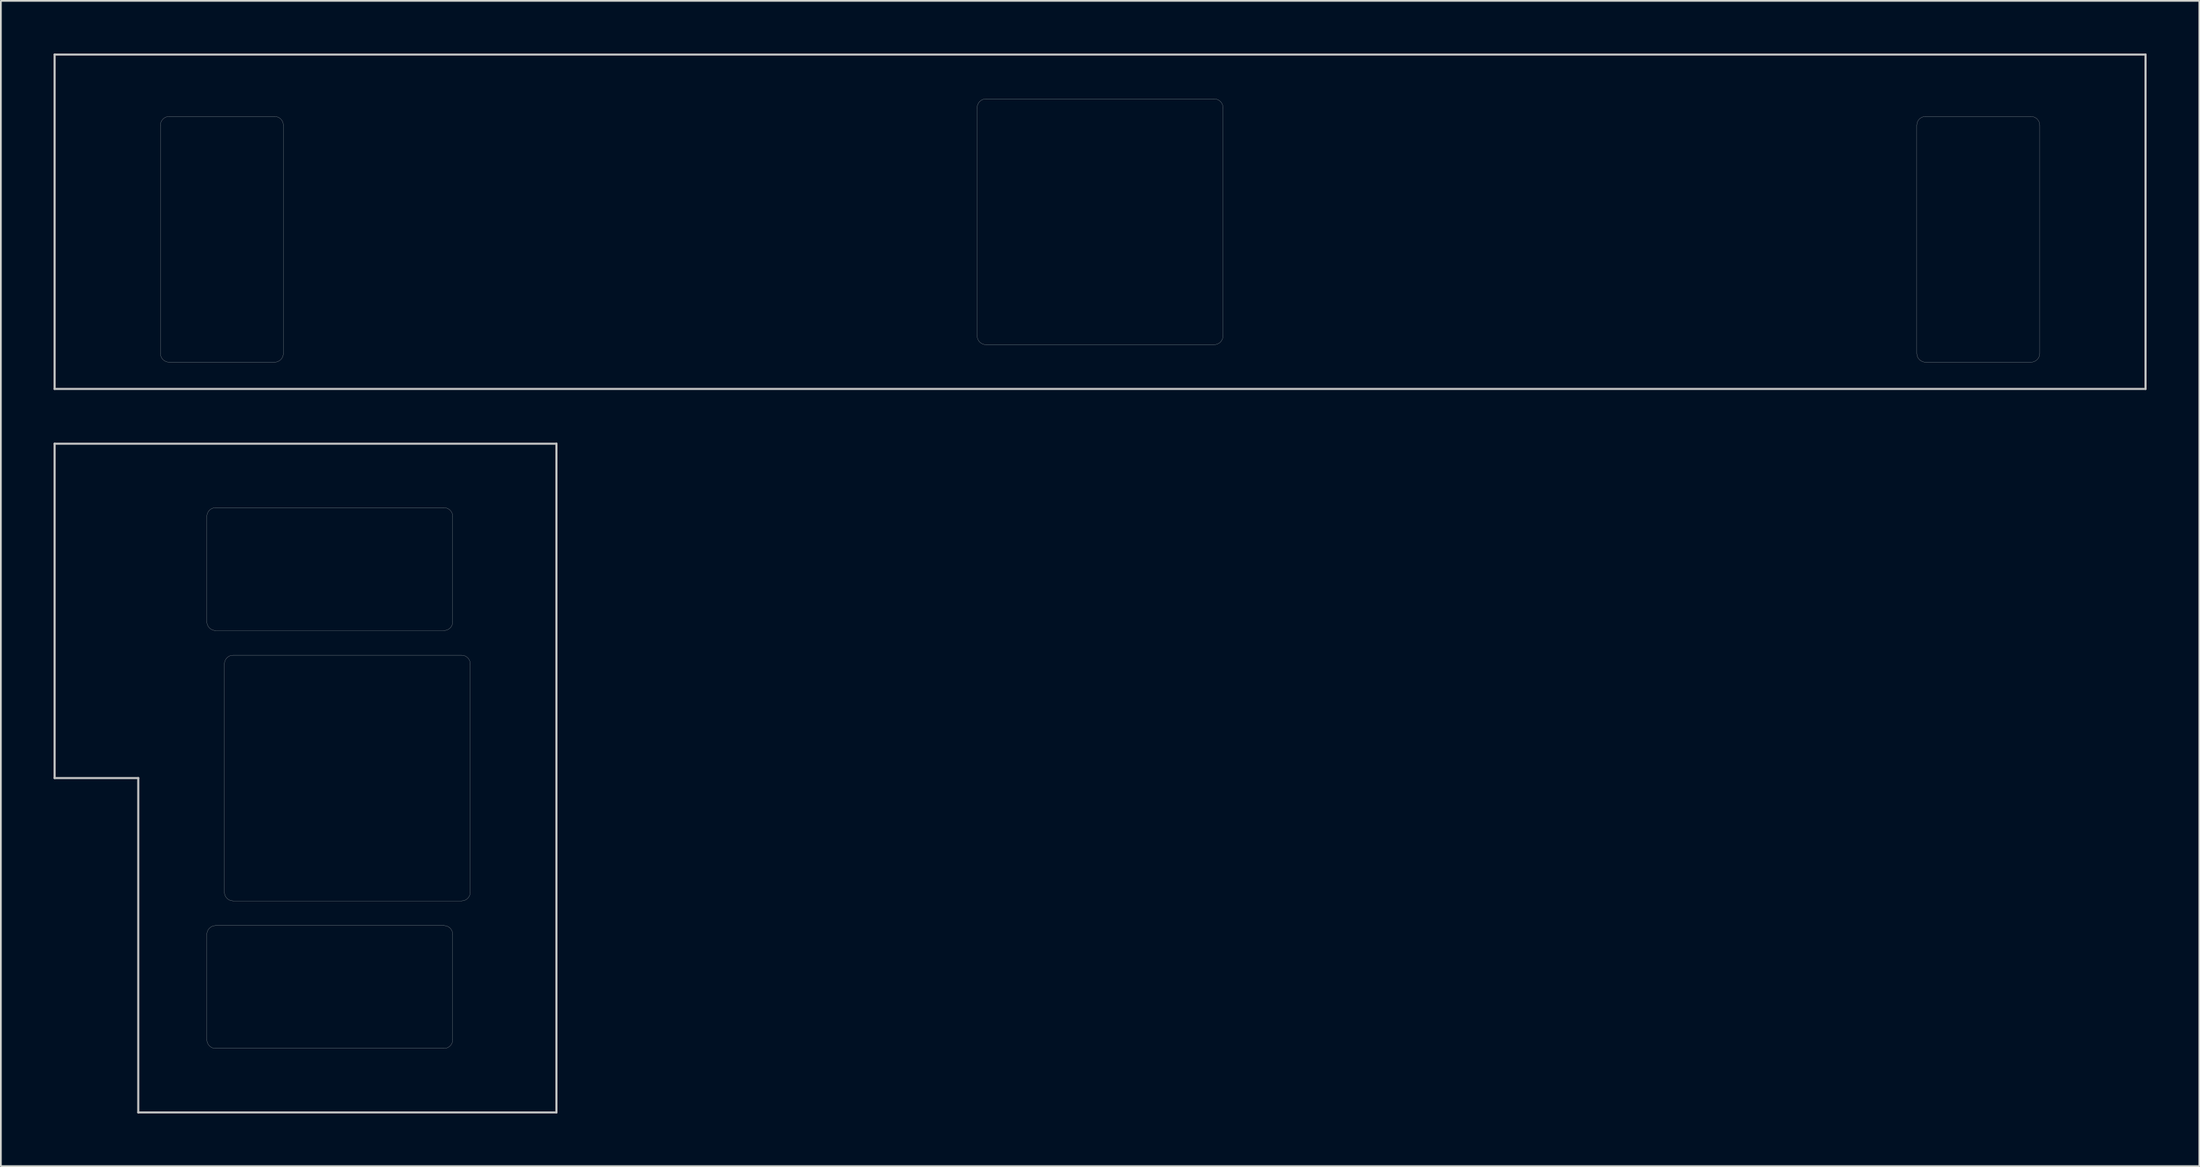
<source format=kicad_pcb>
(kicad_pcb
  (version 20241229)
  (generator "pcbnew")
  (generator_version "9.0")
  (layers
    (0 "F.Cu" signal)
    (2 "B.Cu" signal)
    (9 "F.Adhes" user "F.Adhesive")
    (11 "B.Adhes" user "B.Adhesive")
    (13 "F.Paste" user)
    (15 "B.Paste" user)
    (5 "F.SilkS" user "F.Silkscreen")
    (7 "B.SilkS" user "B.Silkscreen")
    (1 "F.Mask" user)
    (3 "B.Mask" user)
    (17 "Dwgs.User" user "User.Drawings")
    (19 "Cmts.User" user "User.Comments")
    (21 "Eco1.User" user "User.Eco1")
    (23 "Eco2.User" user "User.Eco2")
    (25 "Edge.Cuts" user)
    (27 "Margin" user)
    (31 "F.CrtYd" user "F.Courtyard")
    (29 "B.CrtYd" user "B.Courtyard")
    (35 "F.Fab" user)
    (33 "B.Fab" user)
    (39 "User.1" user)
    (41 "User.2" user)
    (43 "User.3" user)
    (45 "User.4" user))
  (footprint "MX_ISO_Enter"
    (layer "F.Cu")
    (at 16.729 41.28)
    (property "Reference" "MX_ISO_Enter" (at -2.381 0 270) (layer "Eco1.User") (effects (font (size 1 1) (thickness 0.15))))
    (attr through_hole)
    (fp_line (start -16.669 -19.05) (end 11.906 -19.05) (stroke (width 0.12) (type solid)) (layer "Dwgs.User"))
    (fp_line (start -16.669 0) (end -16.669 -19.05) (stroke (width 0.12) (type solid)) (layer "Dwgs.User"))
    (fp_line (start -11.906 0) (end -16.669 0) (stroke (width 0.12) (type solid)) (layer "Dwgs.User"))
    (fp_line (start -11.906 19.05) (end -11.906 0) (stroke (width 0.12) (type solid)) (layer "Dwgs.User"))
    (fp_line (start 11.906 -19.05) (end 11.906 19.05) (stroke (width 0.12) (type solid)) (layer "Dwgs.User"))
    (fp_line (start 11.906 19.05) (end -11.906 19.05) (stroke (width 0.12) (type solid)) (layer "Dwgs.User"))
    (fp_line (start 0 0) (end -0.5 0) (stroke (width 0.12) (type solid)) (layer "Eco1.User"))
    (fp_line (start 0 0) (end 0 -0.5) (stroke (width 0.12) (type solid)) (layer "Eco1.User"))
    (fp_line (start 0 0) (end 0 0.5) (stroke (width 0.12) (type solid)) (layer "Eco1.User"))
    (fp_line (start 0 0) (end 0.5 0) (stroke (width 0.12) (type solid)) (layer "Eco1.User"))
    (fp_line (start -8 -14.906) (end -8 -8.906) (stroke (width 0.01) (type solid)) (layer "Edge.Cuts"))
    (fp_line (start -8 8.906) (end -8 14.906) (stroke (width 0.01) (type solid)) (layer "Edge.Cuts"))
    (fp_line (start -7 -6.5) (end -7 6.5) (stroke (width 0.01) (type solid)) (layer "Edge.Cuts"))
    (fp_line (start 5.5 -15.406) (end -7.5 -15.406) (stroke (width 0.01) (type solid)) (layer "Edge.Cuts"))
    (fp_line (start 5.5 -8.406) (end -7.5 -8.406) (stroke (width 0.01) (type solid)) (layer "Edge.Cuts"))
    (fp_line (start 5.5 8.406) (end -7.5 8.406) (stroke (width 0.01) (type solid)) (layer "Edge.Cuts"))
    (fp_line (start 5.5 15.406) (end -7.5 15.406) (stroke (width 0.01) (type solid)) (layer "Edge.Cuts"))
    (fp_line (start 6 8.906) (end 6 14.906) (stroke (width 0.01) (type solid)) (layer "Edge.Cuts"))
    (fp_line (start 6 -14.906) (end 6 -8.906) (stroke (width 0.01) (type solid)) (layer "Edge.Cuts"))
    (fp_line (start 6.5 7) (end -6.5 7) (stroke (width 0.01) (type solid)) (layer "Edge.Cuts"))
    (fp_line (start 6.5 -7) (end -6.5 -7) (stroke (width 0.01) (type solid)) (layer "Edge.Cuts"))
    (fp_line (start 7 -6.5) (end 7 6.5) (stroke (width 0.01) (type solid)) (layer "Edge.Cuts"))
    (fp_arc (start -8.000008 -14.90625) (mid -7.853561 -15.259803) (end -7.500008 -15.40625) (stroke (width 0.010007) (type solid)) (layer "Edge.Cuts"))
    (fp_arc (start -8.000008 8.90625) (mid -7.853561 8.552697) (end -7.500008 8.40625) (stroke (width 0.010007) (type solid)) (layer "Edge.Cuts"))
    (fp_arc (start -7.500008 -8.40625) (mid -7.853561 -8.552697) (end -8.000008 -8.90625) (stroke (width 0.010007) (type solid)) (layer "Edge.Cuts"))
    (fp_arc (start -7.500008 15.40625) (mid -7.853561 15.259803) (end -8.000008 14.90625) (stroke (width 0.010007) (type solid)) (layer "Edge.Cuts"))
    (fp_arc (start -7 -6.5) (mid -6.853553 -6.853553) (end -6.5 -7) (stroke (width 0.010007) (type solid)) (layer "Edge.Cuts"))
    (fp_arc (start -6.500007 6.999672) (mid -6.85356 6.853225) (end -7.000007 6.499672) (stroke (width 0.010007) (type solid)) (layer "Edge.Cuts"))
    (fp_arc (start 5.5 -15.40625) (mid 5.853553 -15.259803) (end 6 -14.90625) (stroke (width 0.010007) (type solid)) (layer "Edge.Cuts"))
    (fp_arc (start 5.5 8.40625) (mid 5.853553 8.552697) (end 6 8.90625) (stroke (width 0.010007) (type solid)) (layer "Edge.Cuts"))
    (fp_arc (start 6 -8.90625) (mid 5.853553 -8.552697) (end 5.5 -8.40625) (stroke (width 0.010007) (type solid)) (layer "Edge.Cuts"))
    (fp_arc (start 6 14.90625) (mid 5.853553 15.259803) (end 5.5 15.40625) (stroke (width 0.010007) (type solid)) (layer "Edge.Cuts"))
    (fp_arc (start 6.5 -7) (mid 6.853553 -6.853553) (end 7 -6.5) (stroke (width 0.010007) (type solid)) (layer "Edge.Cuts"))
    (fp_arc (start 7 6.5) (mid 6.853553 6.853553) (end 6.5 7) (stroke (width 0.010007) (type solid)) (layer "Edge.Cuts")))
  (footprint "MX625"
    (layer "F.Cu")
    (at 59.591 9.585)
    (property "Reference" "MX625" (at 0 2.381 0) (layer "Eco1.User") (effects (font (size 1 1) (thickness 0.15))))
    (attr through_hole)
    (fp_line (start -59.531 -9.525) (end 59.531 -9.525) (stroke (width 0.12) (type solid)) (layer "Dwgs.User"))
    (fp_line (start -59.531 9.525) (end -59.531 -9.525) (stroke (width 0.12) (type solid)) (layer "Dwgs.User"))
    (fp_line (start 59.531 -9.525) (end 59.531 9.525) (stroke (width 0.12) (type solid)) (layer "Dwgs.User"))
    (fp_line (start 59.531 9.525) (end -59.531 9.525) (stroke (width 0.12) (type solid)) (layer "Dwgs.User"))
    (fp_line (start 0 0) (end -0.5 0) (stroke (width 0.12) (type solid)) (layer "Eco1.User"))
    (fp_line (start 0 0) (end 0 -0.5) (stroke (width 0.12) (type solid)) (layer "Eco1.User"))
    (fp_line (start 0 0) (end 0 0.5) (stroke (width 0.12) (type solid)) (layer "Eco1.User"))
    (fp_line (start 0 0) (end 0.5 0) (stroke (width 0.12) (type solid)) (layer "Eco1.User"))
    (fp_line (start -53.506 -5.5) (end -53.506 7.5) (stroke (width 0.01) (type solid)) (layer "Edge.Cuts"))
    (fp_line (start -53.006 -6) (end -47.006 -6) (stroke (width 0.01) (type solid)) (layer "Edge.Cuts"))
    (fp_line (start -53.006 8) (end -47.006 8) (stroke (width 0.01) (type solid)) (layer "Edge.Cuts"))
    (fp_line (start -46.506 -5.5) (end -46.506 7.5) (stroke (width 0.01) (type solid)) (layer "Edge.Cuts"))
    (fp_line (start -7 -6.5) (end -7 6.5) (stroke (width 0.01) (type solid)) (layer "Edge.Cuts"))
    (fp_line (start -6.5 -7) (end 6.5 -7) (stroke (width 0.01) (type solid)) (layer "Edge.Cuts"))
    (fp_line (start -6.5 7) (end 6.5 7) (stroke (width 0.01) (type solid)) (layer "Edge.Cuts"))
    (fp_line (start 7 -6.5) (end 7 6.5) (stroke (width 0.01) (type solid)) (layer "Edge.Cuts"))
    (fp_line (start 46.506 -5.5) (end 46.506 7.5) (stroke (width 0.01) (type solid)) (layer "Edge.Cuts"))
    (fp_line (start 47.006 -6) (end 53.006 -6) (stroke (width 0.01) (type solid)) (layer "Edge.Cuts"))
    (fp_line (start 47.006 8) (end 53.006 8) (stroke (width 0.01) (type solid)) (layer "Edge.Cuts"))
    (fp_line (start 53.506 -5.5) (end 53.506 7.5) (stroke (width 0.01) (type solid)) (layer "Edge.Cuts"))
    (fp_arc (start -53.50625 -5.5) (mid -53.359803 -5.853553) (end -53.00625 -6) (stroke (width 0.010007) (type solid)) (layer "Edge.Cuts"))
    (fp_arc (start -53.00625 8.000008) (mid -53.359803 7.853561) (end -53.50625 7.500008) (stroke (width 0.010007) (type solid)) (layer "Edge.Cuts"))
    (fp_arc (start -47.00625 -6) (mid -46.652697 -5.853553) (end -46.50625 -5.5) (stroke (width 0.010007) (type solid)) (layer "Edge.Cuts"))
    (fp_arc (start -46.50625 7.500008) (mid -46.652697 7.853561) (end -47.00625 8.000008) (stroke (width 0.010007) (type solid)) (layer "Edge.Cuts"))
    (fp_arc (start -7 -6.5) (mid -6.853553 -6.853553) (end -6.5 -7) (stroke (width 0.010007) (type solid)) (layer "Edge.Cuts"))
    (fp_arc (start -6.5 7) (mid -6.853553 6.853553) (end -7 6.5) (stroke (width 0.010007) (type solid)) (layer "Edge.Cuts"))
    (fp_arc (start 6.5 -7) (mid 6.853553 -6.853553) (end 7 -6.5) (stroke (width 0.010007) (type solid)) (layer "Edge.Cuts"))
    (fp_arc (start 6.999672 6.500007) (mid 6.853225 6.85356) (end 6.499672 7.000007) (stroke (width 0.010007) (type solid)) (layer "Edge.Cuts"))
    (fp_arc (start 46.50625 -5.5) (mid 46.652697 -5.853553) (end 47.00625 -6) (stroke (width 0.010007) (type solid)) (layer "Edge.Cuts"))
    (fp_arc (start 47.00625 8) (mid 46.652697 7.853553) (end 46.50625 7.5) (stroke (width 0.010007) (type solid)) (layer "Edge.Cuts"))
    (fp_arc (start 53.00625 -6) (mid 53.359803 -5.853553) (end 53.50625 -5.5) (stroke (width 0.010007) (type solid)) (layer "Edge.Cuts"))
    (fp_arc (start 53.50625 7.5) (mid 53.359803 7.853553) (end 53.00625 8) (stroke (width 0.010007) (type solid)) (layer "Edge.Cuts")))
  (gr_rect
    (start -3 -3)
    (end 122.183 63.39)
    (stroke (width 0.1) (type default))
    (fill no)
    (layer "Edge.Cuts")))
</source>
